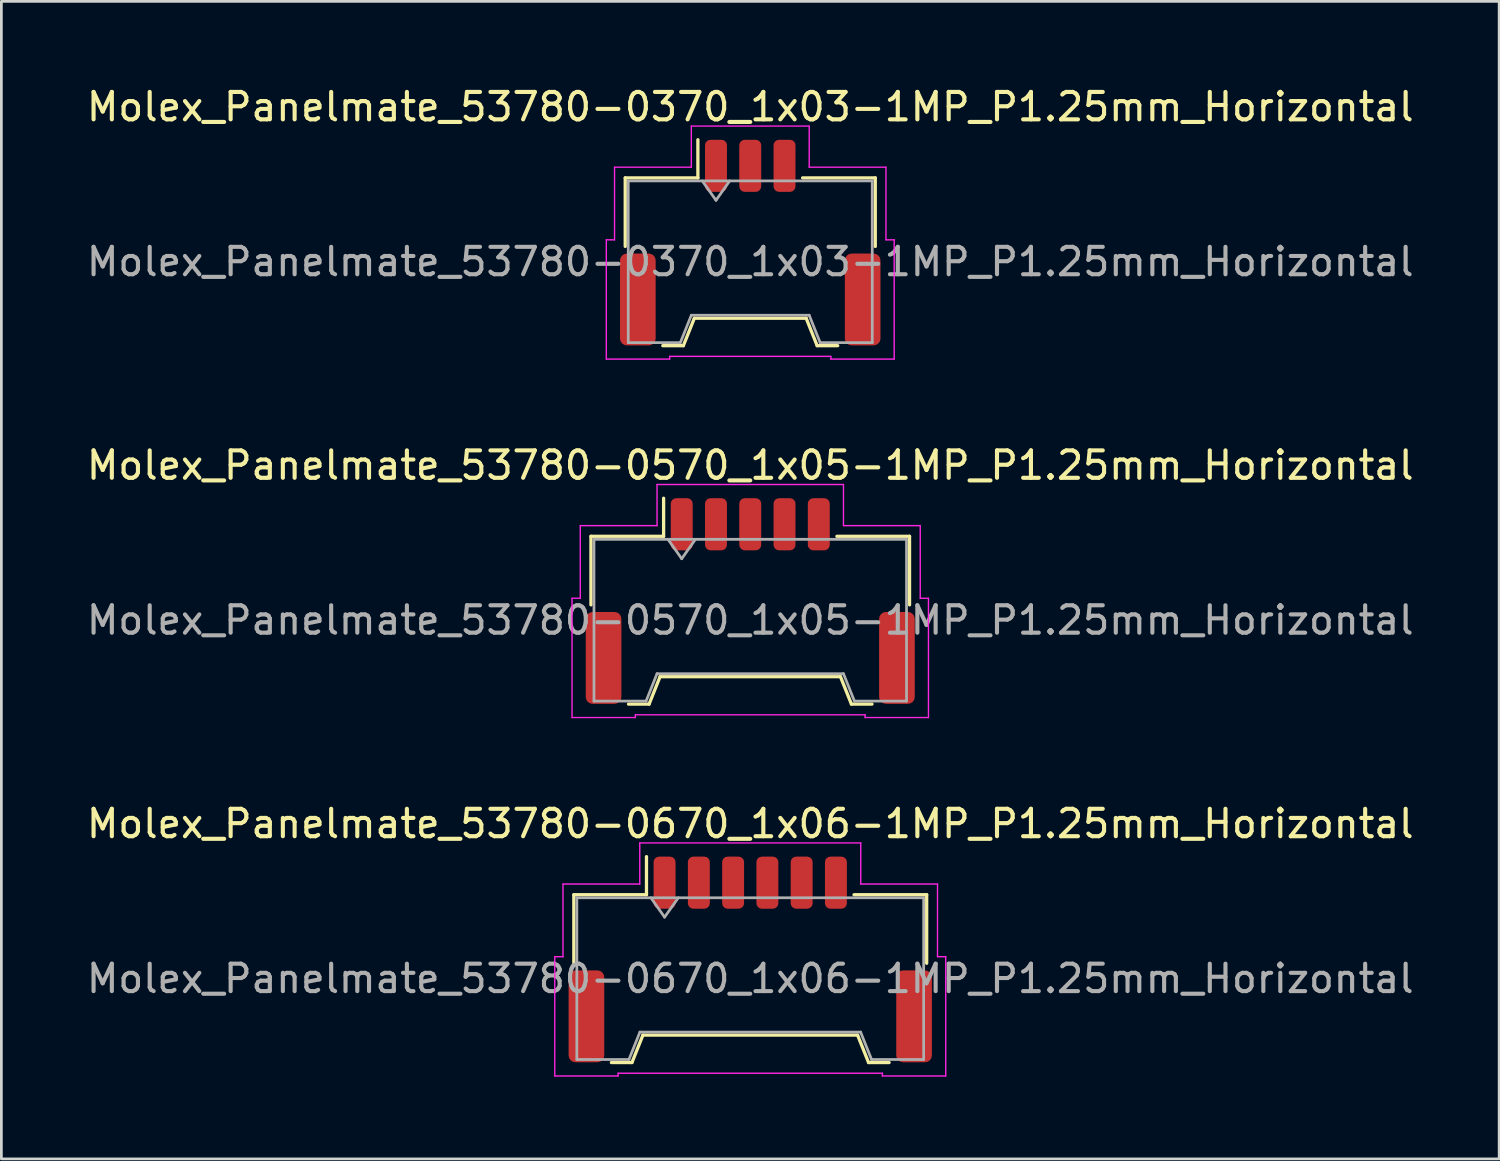
<source format=kicad_pcb>
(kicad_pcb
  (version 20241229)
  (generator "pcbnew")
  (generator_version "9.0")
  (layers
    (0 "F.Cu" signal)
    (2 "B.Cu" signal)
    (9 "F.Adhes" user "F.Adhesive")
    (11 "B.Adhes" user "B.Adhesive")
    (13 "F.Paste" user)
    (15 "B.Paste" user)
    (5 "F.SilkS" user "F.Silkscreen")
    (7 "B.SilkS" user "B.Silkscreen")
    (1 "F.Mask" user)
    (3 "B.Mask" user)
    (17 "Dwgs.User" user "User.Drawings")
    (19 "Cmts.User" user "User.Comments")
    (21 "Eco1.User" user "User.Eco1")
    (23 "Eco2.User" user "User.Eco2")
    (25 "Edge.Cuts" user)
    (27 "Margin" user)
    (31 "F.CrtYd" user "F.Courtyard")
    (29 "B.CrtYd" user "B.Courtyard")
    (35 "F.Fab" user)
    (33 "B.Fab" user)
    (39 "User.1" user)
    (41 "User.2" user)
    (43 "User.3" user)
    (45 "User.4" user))
  (footprint "Molex_Panelmate_53780-0570_1x05-1MP_P1.25mm_Horizontal"
    (layer "F.Cu")
    (at 24.315 18.872)
    (property "Reference" "Molex_Panelmate_53780-0570_1x05-1MP_P1.25mm_Horizontal" (at 0 -4.95 0) (layer "F.SilkS") (effects (font (size 1 1) (thickness 0.15))))
    (attr smd)
    (fp_line (start -5.81 -2.36) (end -3.16 -2.36) (stroke (width 0.12) (type solid)) (layer "F.SilkS"))
    (fp_line (start -5.81 0.14) (end -5.81 -2.36) (stroke (width 0.12) (type solid)) (layer "F.SilkS"))
    (fp_line (start -4.44 3.76) (end -3.69 3.76) (stroke (width 0.12) (type solid)) (layer "F.SilkS"))
    (fp_line (start -3.69 3.76) (end -3.29 2.76) (stroke (width 0.12) (type solid)) (layer "F.SilkS"))
    (fp_line (start -3.29 2.76) (end 3.29 2.76) (stroke (width 0.12) (type solid)) (layer "F.SilkS"))
    (fp_line (start -3.16 -2.36) (end -3.16 -3.75) (stroke (width 0.12) (type solid)) (layer "F.SilkS"))
    (fp_line (start 3.29 2.76) (end 3.69 3.76) (stroke (width 0.12) (type solid)) (layer "F.SilkS"))
    (fp_line (start 3.69 3.76) (end 4.44 3.76) (stroke (width 0.12) (type solid)) (layer "F.SilkS"))
    (fp_line (start 5.81 -2.36) (end 3.16 -2.36) (stroke (width 0.12) (type solid)) (layer "F.SilkS"))
    (fp_line (start 5.81 0.14) (end 5.81 -2.36) (stroke (width 0.12) (type solid)) (layer "F.SilkS"))
    (fp_line (start -6.5 -0.1) (end -6.2 -0.1) (stroke (width 0.05) (type solid)) (layer "F.CrtYd"))
    (fp_line (start -6.5 4.25) (end -6.5 -0.1) (stroke (width 0.05) (type solid)) (layer "F.CrtYd"))
    (fp_line (start -6.2 -2.75) (end -3.4 -2.75) (stroke (width 0.05) (type solid)) (layer "F.CrtYd"))
    (fp_line (start -6.2 -0.1) (end -6.2 -2.75) (stroke (width 0.05) (type solid)) (layer "F.CrtYd"))
    (fp_line (start -4.19 4.15) (end -4.19 4.25) (stroke (width 0.05) (type solid)) (layer "F.CrtYd"))
    (fp_line (start -4.19 4.25) (end -6.5 4.25) (stroke (width 0.05) (type solid)) (layer "F.CrtYd"))
    (fp_line (start -3.4 -4.25) (end 3.4 -4.25) (stroke (width 0.05) (type solid)) (layer "F.CrtYd"))
    (fp_line (start -3.4 -2.75) (end -3.4 -4.25) (stroke (width 0.05) (type solid)) (layer "F.CrtYd"))
    (fp_line (start 3.4 -4.25) (end 3.4 -2.75) (stroke (width 0.05) (type solid)) (layer "F.CrtYd"))
    (fp_line (start 3.4 -2.75) (end 6.2 -2.75) (stroke (width 0.05) (type solid)) (layer "F.CrtYd"))
    (fp_line (start 4.19 4.15) (end -4.19 4.15) (stroke (width 0.05) (type solid)) (layer "F.CrtYd"))
    (fp_line (start 4.19 4.25) (end 4.19 4.15) (stroke (width 0.05) (type solid)) (layer "F.CrtYd"))
    (fp_line (start 6.2 -2.75) (end 6.2 -0.1) (stroke (width 0.05) (type solid)) (layer "F.CrtYd"))
    (fp_line (start 6.2 -0.1) (end 6.5 -0.1) (stroke (width 0.05) (type solid)) (layer "F.CrtYd"))
    (fp_line (start 6.5 -0.1) (end 6.5 4.25) (stroke (width 0.05) (type solid)) (layer "F.CrtYd"))
    (fp_line (start 6.5 4.25) (end 4.19 4.25) (stroke (width 0.05) (type solid)) (layer "F.CrtYd"))
    (fp_line (start -5.7 -2.25) (end -5.7 3.65) (stroke (width 0.1) (type solid)) (layer "F.Fab"))
    (fp_line (start -5.7 -2.25) (end 5.7 -2.25) (stroke (width 0.1) (type solid)) (layer "F.Fab"))
    (fp_line (start -5.7 3.65) (end -3.8 3.65) (stroke (width 0.1) (type solid)) (layer "F.Fab"))
    (fp_line (start -3.8 3.65) (end -3.4 2.65) (stroke (width 0.1) (type solid)) (layer "F.Fab"))
    (fp_line (start -3.4 2.65) (end 3.4 2.65) (stroke (width 0.1) (type solid)) (layer "F.Fab"))
    (fp_line (start -3 -2.25) (end -2.5 -1.543) (stroke (width 0.1) (type solid)) (layer "F.Fab"))
    (fp_line (start -2.5 -1.543) (end -2 -2.25) (stroke (width 0.1) (type solid)) (layer "F.Fab"))
    (fp_line (start 3.4 2.65) (end 3.8 3.65) (stroke (width 0.1) (type solid)) (layer "F.Fab"))
    (fp_line (start 3.8 3.65) (end 5.7 3.65) (stroke (width 0.1) (type solid)) (layer "F.Fab"))
    (fp_line (start 5.7 -2.25) (end 5.7 3.65) (stroke (width 0.1) (type solid)) (layer "F.Fab"))
    (fp_text user "${REFERENCE}" (at 0 0.7 0) (layer "F.Fab") (effects (font (size 1 1) (thickness 0.15))))
    (pad "1" smd roundrect (at -2.5 -2.8) (size 0.8 1.9) (layers "F.Cu" "F.Mask" "F.Paste") (roundrect_rratio 0.25))
    (pad "2" smd roundrect (at -1.25 -2.8) (size 0.8 1.9) (layers "F.Cu" "F.Mask" "F.Paste") (roundrect_rratio 0.25))
    (pad "3" smd roundrect (at 0 -2.8) (size 0.8 1.9) (layers "F.Cu" "F.Mask" "F.Paste") (roundrect_rratio 0.25))
    (pad "4" smd roundrect (at 1.25 -2.8) (size 0.8 1.9) (layers "F.Cu" "F.Mask" "F.Paste") (roundrect_rratio 0.25))
    (pad "5" smd roundrect (at 2.5 -2.8) (size 0.8 1.9) (layers "F.Cu" "F.Mask" "F.Paste") (roundrect_rratio 0.25))
    (pad "MP" smd roundrect (at -5.35 2.075) (size 1.3 3.35) (layers "F.Cu" "F.Mask" "F.Paste") (roundrect_rratio 0.192))
    (pad "MP" smd roundrect (at 5.35 2.075) (size 1.3 3.35) (layers "F.Cu" "F.Mask" "F.Paste") (roundrect_rratio 0.192)))
  (footprint "Molex_Panelmate_53780-0370_1x03-1MP_P1.25mm_Horizontal"
    (layer "F.Cu")
    (at 24.315 5.798)
    (property "Reference" "Molex_Panelmate_53780-0370_1x03-1MP_P1.25mm_Horizontal" (at 0 -4.95 0) (layer "F.SilkS") (effects (font (size 1 1) (thickness 0.15))))
    (attr smd)
    (fp_line (start -4.56 -2.36) (end -1.91 -2.36) (stroke (width 0.12) (type solid)) (layer "F.SilkS"))
    (fp_line (start -4.56 0.14) (end -4.56 -2.36) (stroke (width 0.12) (type solid)) (layer "F.SilkS"))
    (fp_line (start -3.19 3.76) (end -2.44 3.76) (stroke (width 0.12) (type solid)) (layer "F.SilkS"))
    (fp_line (start -2.44 3.76) (end -2.04 2.76) (stroke (width 0.12) (type solid)) (layer "F.SilkS"))
    (fp_line (start -2.04 2.76) (end 2.04 2.76) (stroke (width 0.12) (type solid)) (layer "F.SilkS"))
    (fp_line (start -1.91 -2.36) (end -1.91 -3.75) (stroke (width 0.12) (type solid)) (layer "F.SilkS"))
    (fp_line (start 2.04 2.76) (end 2.44 3.76) (stroke (width 0.12) (type solid)) (layer "F.SilkS"))
    (fp_line (start 2.44 3.76) (end 3.19 3.76) (stroke (width 0.12) (type solid)) (layer "F.SilkS"))
    (fp_line (start 4.56 -2.36) (end 1.91 -2.36) (stroke (width 0.12) (type solid)) (layer "F.SilkS"))
    (fp_line (start 4.56 0.14) (end 4.56 -2.36) (stroke (width 0.12) (type solid)) (layer "F.SilkS"))
    (fp_line (start -5.25 -0.1) (end -4.95 -0.1) (stroke (width 0.05) (type solid)) (layer "F.CrtYd"))
    (fp_line (start -5.25 4.25) (end -5.25 -0.1) (stroke (width 0.05) (type solid)) (layer "F.CrtYd"))
    (fp_line (start -4.95 -2.75) (end -2.15 -2.75) (stroke (width 0.05) (type solid)) (layer "F.CrtYd"))
    (fp_line (start -4.95 -0.1) (end -4.95 -2.75) (stroke (width 0.05) (type solid)) (layer "F.CrtYd"))
    (fp_line (start -2.94 4.15) (end -2.94 4.25) (stroke (width 0.05) (type solid)) (layer "F.CrtYd"))
    (fp_line (start -2.94 4.25) (end -5.25 4.25) (stroke (width 0.05) (type solid)) (layer "F.CrtYd"))
    (fp_line (start -2.15 -4.25) (end 2.15 -4.25) (stroke (width 0.05) (type solid)) (layer "F.CrtYd"))
    (fp_line (start -2.15 -2.75) (end -2.15 -4.25) (stroke (width 0.05) (type solid)) (layer "F.CrtYd"))
    (fp_line (start 2.15 -4.25) (end 2.15 -2.75) (stroke (width 0.05) (type solid)) (layer "F.CrtYd"))
    (fp_line (start 2.15 -2.75) (end 4.95 -2.75) (stroke (width 0.05) (type solid)) (layer "F.CrtYd"))
    (fp_line (start 2.94 4.15) (end -2.94 4.15) (stroke (width 0.05) (type solid)) (layer "F.CrtYd"))
    (fp_line (start 2.94 4.25) (end 2.94 4.15) (stroke (width 0.05) (type solid)) (layer "F.CrtYd"))
    (fp_line (start 4.95 -2.75) (end 4.95 -0.1) (stroke (width 0.05) (type solid)) (layer "F.CrtYd"))
    (fp_line (start 4.95 -0.1) (end 5.25 -0.1) (stroke (width 0.05) (type solid)) (layer "F.CrtYd"))
    (fp_line (start 5.25 -0.1) (end 5.25 4.25) (stroke (width 0.05) (type solid)) (layer "F.CrtYd"))
    (fp_line (start 5.25 4.25) (end 2.94 4.25) (stroke (width 0.05) (type solid)) (layer "F.CrtYd"))
    (fp_line (start -4.45 -2.25) (end -4.45 3.65) (stroke (width 0.1) (type solid)) (layer "F.Fab"))
    (fp_line (start -4.45 -2.25) (end 4.45 -2.25) (stroke (width 0.1) (type solid)) (layer "F.Fab"))
    (fp_line (start -4.45 3.65) (end -2.55 3.65) (stroke (width 0.1) (type solid)) (layer "F.Fab"))
    (fp_line (start -2.55 3.65) (end -2.15 2.65) (stroke (width 0.1) (type solid)) (layer "F.Fab"))
    (fp_line (start -2.15 2.65) (end 2.15 2.65) (stroke (width 0.1) (type solid)) (layer "F.Fab"))
    (fp_line (start -1.75 -2.25) (end -1.25 -1.543) (stroke (width 0.1) (type solid)) (layer "F.Fab"))
    (fp_line (start -1.25 -1.543) (end -0.75 -2.25) (stroke (width 0.1) (type solid)) (layer "F.Fab"))
    (fp_line (start 2.15 2.65) (end 2.55 3.65) (stroke (width 0.1) (type solid)) (layer "F.Fab"))
    (fp_line (start 2.55 3.65) (end 4.45 3.65) (stroke (width 0.1) (type solid)) (layer "F.Fab"))
    (fp_line (start 4.45 -2.25) (end 4.45 3.65) (stroke (width 0.1) (type solid)) (layer "F.Fab"))
    (fp_text user "${REFERENCE}" (at 0 0.7 0) (layer "F.Fab") (effects (font (size 1 1) (thickness 0.15))))
    (pad "1" smd roundrect (at -1.25 -2.8) (size 0.8 1.9) (layers "F.Cu" "F.Mask" "F.Paste") (roundrect_rratio 0.25))
    (pad "2" smd roundrect (at 0 -2.8) (size 0.8 1.9) (layers "F.Cu" "F.Mask" "F.Paste") (roundrect_rratio 0.25))
    (pad "3" smd roundrect (at 1.25 -2.8) (size 0.8 1.9) (layers "F.Cu" "F.Mask" "F.Paste") (roundrect_rratio 0.25))
    (pad "MP" smd roundrect (at -4.1 2.075) (size 1.3 3.35) (layers "F.Cu" "F.Mask" "F.Paste") (roundrect_rratio 0.192))
    (pad "MP" smd roundrect (at 4.1 2.075) (size 1.3 3.35) (layers "F.Cu" "F.Mask" "F.Paste") (roundrect_rratio 0.192)))
  (footprint "Molex_Panelmate_53780-0670_1x06-1MP_P1.25mm_Horizontal"
    (layer "F.Cu")
    (at 24.315 31.945)
    (property "Reference" "Molex_Panelmate_53780-0670_1x06-1MP_P1.25mm_Horizontal" (at 0 -4.95 0) (layer "F.SilkS") (effects (font (size 1 1) (thickness 0.15))))
    (attr smd)
    (fp_line (start -6.435 -2.36) (end -3.785 -2.36) (stroke (width 0.12) (type solid)) (layer "F.SilkS"))
    (fp_line (start -6.435 0.14) (end -6.435 -2.36) (stroke (width 0.12) (type solid)) (layer "F.SilkS"))
    (fp_line (start -5.065 3.76) (end -4.315 3.76) (stroke (width 0.12) (type solid)) (layer "F.SilkS"))
    (fp_line (start -4.315 3.76) (end -3.915 2.76) (stroke (width 0.12) (type solid)) (layer "F.SilkS"))
    (fp_line (start -3.915 2.76) (end 3.915 2.76) (stroke (width 0.12) (type solid)) (layer "F.SilkS"))
    (fp_line (start -3.785 -2.36) (end -3.785 -3.75) (stroke (width 0.12) (type solid)) (layer "F.SilkS"))
    (fp_line (start 3.915 2.76) (end 4.315 3.76) (stroke (width 0.12) (type solid)) (layer "F.SilkS"))
    (fp_line (start 4.315 3.76) (end 5.065 3.76) (stroke (width 0.12) (type solid)) (layer "F.SilkS"))
    (fp_line (start 6.435 -2.36) (end 3.785 -2.36) (stroke (width 0.12) (type solid)) (layer "F.SilkS"))
    (fp_line (start 6.435 0.14) (end 6.435 -2.36) (stroke (width 0.12) (type solid)) (layer "F.SilkS"))
    (fp_line (start -7.13 -0.1) (end -6.83 -0.1) (stroke (width 0.05) (type solid)) (layer "F.CrtYd"))
    (fp_line (start -7.13 4.25) (end -7.13 -0.1) (stroke (width 0.05) (type solid)) (layer "F.CrtYd"))
    (fp_line (start -6.83 -2.75) (end -4.03 -2.75) (stroke (width 0.05) (type solid)) (layer "F.CrtYd"))
    (fp_line (start -6.83 -0.1) (end -6.83 -2.75) (stroke (width 0.05) (type solid)) (layer "F.CrtYd"))
    (fp_line (start -4.82 4.15) (end -4.82 4.25) (stroke (width 0.05) (type solid)) (layer "F.CrtYd"))
    (fp_line (start -4.82 4.25) (end -7.13 4.25) (stroke (width 0.05) (type solid)) (layer "F.CrtYd"))
    (fp_line (start -4.03 -4.25) (end 4.03 -4.25) (stroke (width 0.05) (type solid)) (layer "F.CrtYd"))
    (fp_line (start -4.03 -2.75) (end -4.03 -4.25) (stroke (width 0.05) (type solid)) (layer "F.CrtYd"))
    (fp_line (start 4.03 -4.25) (end 4.03 -2.75) (stroke (width 0.05) (type solid)) (layer "F.CrtYd"))
    (fp_line (start 4.03 -2.75) (end 6.83 -2.75) (stroke (width 0.05) (type solid)) (layer "F.CrtYd"))
    (fp_line (start 4.82 4.15) (end -4.82 4.15) (stroke (width 0.05) (type solid)) (layer "F.CrtYd"))
    (fp_line (start 4.82 4.25) (end 4.82 4.15) (stroke (width 0.05) (type solid)) (layer "F.CrtYd"))
    (fp_line (start 6.83 -2.75) (end 6.83 -0.1) (stroke (width 0.05) (type solid)) (layer "F.CrtYd"))
    (fp_line (start 6.83 -0.1) (end 7.13 -0.1) (stroke (width 0.05) (type solid)) (layer "F.CrtYd"))
    (fp_line (start 7.13 -0.1) (end 7.13 4.25) (stroke (width 0.05) (type solid)) (layer "F.CrtYd"))
    (fp_line (start 7.13 4.25) (end 4.82 4.25) (stroke (width 0.05) (type solid)) (layer "F.CrtYd"))
    (fp_line (start -6.325 -2.25) (end -6.325 3.65) (stroke (width 0.1) (type solid)) (layer "F.Fab"))
    (fp_line (start -6.325 -2.25) (end 6.325 -2.25) (stroke (width 0.1) (type solid)) (layer "F.Fab"))
    (fp_line (start -6.325 3.65) (end -4.425 3.65) (stroke (width 0.1) (type solid)) (layer "F.Fab"))
    (fp_line (start -4.425 3.65) (end -4.025 2.65) (stroke (width 0.1) (type solid)) (layer "F.Fab"))
    (fp_line (start -4.025 2.65) (end 4.025 2.65) (stroke (width 0.1) (type solid)) (layer "F.Fab"))
    (fp_line (start -3.625 -2.25) (end -3.125 -1.543) (stroke (width 0.1) (type solid)) (layer "F.Fab"))
    (fp_line (start -3.125 -1.543) (end -2.625 -2.25) (stroke (width 0.1) (type solid)) (layer "F.Fab"))
    (fp_line (start 4.025 2.65) (end 4.425 3.65) (stroke (width 0.1) (type solid)) (layer "F.Fab"))
    (fp_line (start 4.425 3.65) (end 6.325 3.65) (stroke (width 0.1) (type solid)) (layer "F.Fab"))
    (fp_line (start 6.325 -2.25) (end 6.325 3.65) (stroke (width 0.1) (type solid)) (layer "F.Fab"))
    (fp_text user "${REFERENCE}" (at 0 0.7 0) (layer "F.Fab") (effects (font (size 1 1) (thickness 0.15))))
    (pad "1" smd roundrect (at -3.125 -2.8) (size 0.8 1.9) (layers "F.Cu" "F.Mask" "F.Paste") (roundrect_rratio 0.25))
    (pad "2" smd roundrect (at -1.875 -2.8) (size 0.8 1.9) (layers "F.Cu" "F.Mask" "F.Paste") (roundrect_rratio 0.25))
    (pad "3" smd roundrect (at -0.625 -2.8) (size 0.8 1.9) (layers "F.Cu" "F.Mask" "F.Paste") (roundrect_rratio 0.25))
    (pad "4" smd roundrect (at 0.625 -2.8) (size 0.8 1.9) (layers "F.Cu" "F.Mask" "F.Paste") (roundrect_rratio 0.25))
    (pad "5" smd roundrect (at 1.875 -2.8) (size 0.8 1.9) (layers "F.Cu" "F.Mask" "F.Paste") (roundrect_rratio 0.25))
    (pad "6" smd roundrect (at 3.125 -2.8) (size 0.8 1.9) (layers "F.Cu" "F.Mask" "F.Paste") (roundrect_rratio 0.25))
    (pad "MP" smd roundrect (at -5.975 2.075) (size 1.3 3.35) (layers "F.Cu" "F.Mask" "F.Paste") (roundrect_rratio 0.192))
    (pad "MP" smd roundrect (at 5.975 2.075) (size 1.3 3.35) (layers "F.Cu" "F.Mask" "F.Paste") (roundrect_rratio 0.192)))
  (gr_rect
    (start -3 -3)
    (end 51.631 39.22)
    (stroke (width 0.1) (type default))
    (fill no)
    (layer "Edge.Cuts")))
</source>
